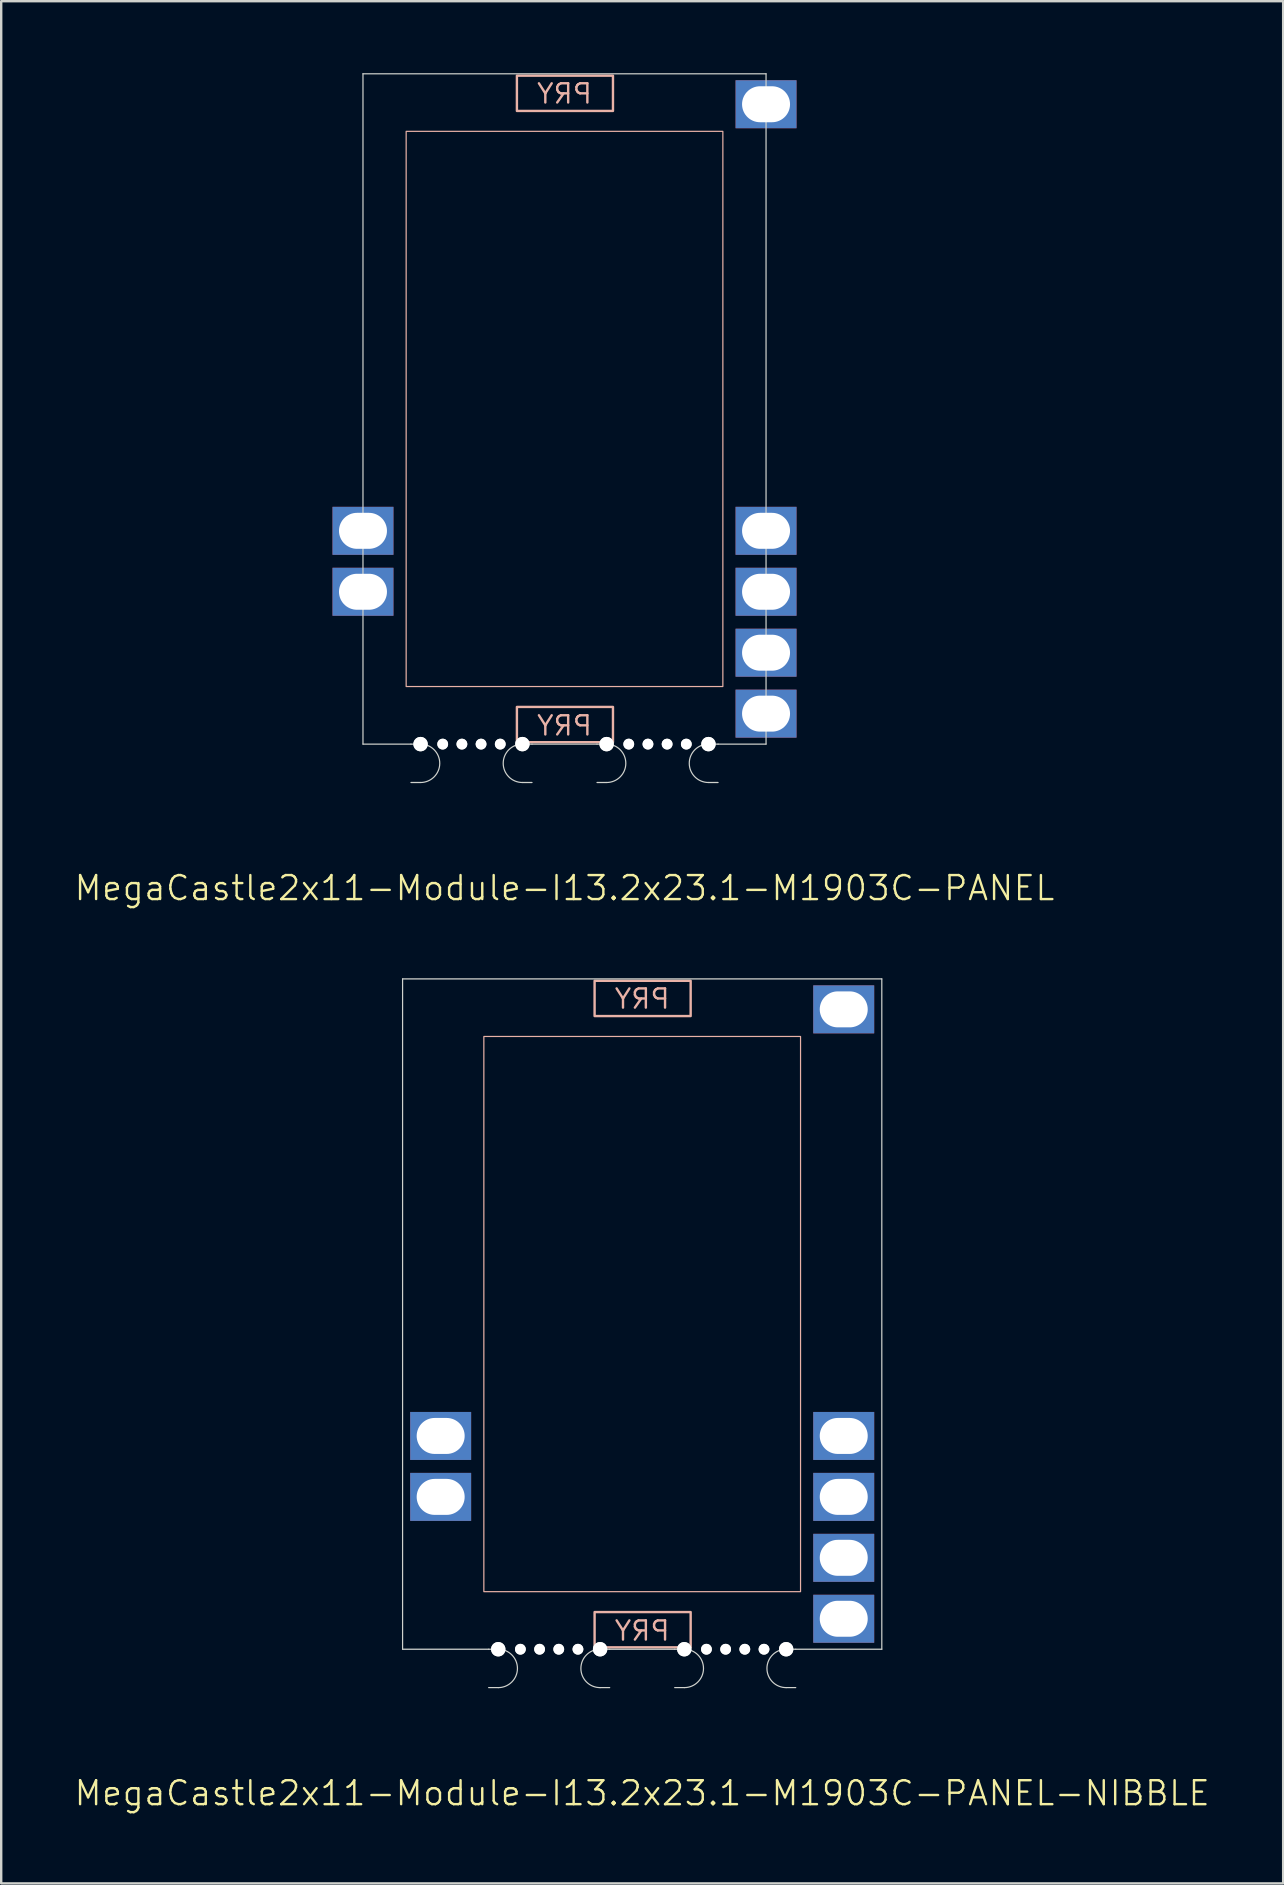
<source format=kicad_pcb>
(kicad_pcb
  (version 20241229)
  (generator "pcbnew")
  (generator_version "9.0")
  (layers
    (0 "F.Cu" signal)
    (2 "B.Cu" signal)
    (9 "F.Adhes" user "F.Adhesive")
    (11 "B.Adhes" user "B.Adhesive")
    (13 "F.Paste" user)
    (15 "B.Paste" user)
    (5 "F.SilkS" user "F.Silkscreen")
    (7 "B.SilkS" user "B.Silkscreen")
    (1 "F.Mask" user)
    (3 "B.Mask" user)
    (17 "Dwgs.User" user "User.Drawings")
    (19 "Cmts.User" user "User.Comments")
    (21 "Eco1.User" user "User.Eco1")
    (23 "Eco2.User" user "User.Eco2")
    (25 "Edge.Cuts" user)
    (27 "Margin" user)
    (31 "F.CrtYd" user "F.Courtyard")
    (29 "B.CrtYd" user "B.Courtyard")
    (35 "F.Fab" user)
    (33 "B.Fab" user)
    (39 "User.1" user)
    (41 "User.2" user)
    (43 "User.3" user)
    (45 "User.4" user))
  (footprint "MegaCastle2x11-Module-I13.2x23.1-M1903C-PANEL"
    (layer "F.Cu")
    (at 20.479 13.995)
    (property "Reference" "MegaCastle2x11-Module-I13.2x23.1-M1903C-PANEL" (at 0 19.97 0) (unlocked yes) (layer "F.SilkS") (effects (font (size 1 1) (thickness 0.1))))
    (attr smd)
    (fp_rect (start -6.6 11.57) (end 6.6 -11.57) (stroke (width 0.05) (type default)) (fill no) (layer "B.SilkS"))
    (fp_rect (start -1.984 -12.421) (end 2.02 -13.89) (stroke (width 0.1) (type default)) (fill no) (layer "B.SilkS"))
    (fp_rect (start -1.984 12.421) (end 2.02 13.89) (stroke (width 0.1) (type default)) (fill no) (layer "B.SilkS"))
    (fp_line (start -8.4 -13.97) (end -8.4 13.97) (stroke (width 0.05) (type default)) (layer "Edge.Cuts"))
    (fp_line (start -8.4 -13.97) (end 8.4 -13.97) (stroke (width 0.05) (type default)) (layer "Edge.Cuts"))
    (fp_line (start -8.4 13.97) (end -6.4 13.97) (stroke (width 0.05) (type default)) (layer "Edge.Cuts"))
    (fp_line (start -6.4 13.97) (end -6 13.97) (stroke (width 0.05) (type default)) (layer "Edge.Cuts"))
    (fp_line (start -6.4 15.57) (end -6 15.57) (stroke (width 0.05) (type default)) (layer "Edge.Cuts"))
    (fp_line (start -1.355 13.97) (end -1.755 13.97) (stroke (width 0.05) (type default)) (layer "Edge.Cuts"))
    (fp_line (start -1.355 13.97) (end 1.355 13.97) (stroke (width 0.05) (type default)) (layer "Edge.Cuts"))
    (fp_line (start -1.355 15.57) (end -1.755 15.57) (stroke (width 0.05) (type default)) (layer "Edge.Cuts"))
    (fp_line (start 1.355 13.97) (end 1.755 13.97) (stroke (width 0.05) (type default)) (layer "Edge.Cuts"))
    (fp_line (start 1.355 15.57) (end 1.755 15.57) (stroke (width 0.05) (type default)) (layer "Edge.Cuts"))
    (fp_line (start 6.4 13.97) (end 6 13.97) (stroke (width 0.05) (type default)) (layer "Edge.Cuts"))
    (fp_line (start 6.4 13.97) (end 8.4 13.97) (stroke (width 0.05) (type default)) (layer "Edge.Cuts"))
    (fp_line (start 6.4 15.57) (end 6 15.57) (stroke (width 0.05) (type default)) (layer "Edge.Cuts"))
    (fp_line (start 8.4 -13.97) (end 8.4 13.97) (stroke (width 0.05) (type default)) (layer "Edge.Cuts"))
    (fp_arc (start -6 13.97) (mid -5.2 14.77) (end -6 15.57) (stroke (width 0.05) (type default)) (layer "Edge.Cuts"))
    (fp_arc (start -1.755 15.57) (mid -2.555 14.77) (end -1.755 13.97) (stroke (width 0.05) (type default)) (layer "Edge.Cuts"))
    (fp_arc (start 1.755 13.97) (mid 2.555 14.77) (end 1.755 15.57) (stroke (width 0.05) (type default)) (layer "Edge.Cuts"))
    (fp_arc (start 6 15.57) (mid 5.2 14.77) (end 6 13.97) (stroke (width 0.05) (type default)) (layer "Edge.Cuts"))
    (fp_text user "PRY" (at 0 -12.67 0) (unlocked yes) (layer "B.SilkS") (effects (font (size 0.8 0.8) (thickness 0.1)) (justify bottom mirror)))
    (fp_text user "PRY" (at 0 13.67 0) (unlocked yes) (layer "B.SilkS") (effects (font (size 0.8 0.8) (thickness 0.1)) (justify bottom mirror)))
    (pad "" np_thru_hole circle (at -6 13.97) (size 0.6 0.6) (drill 0.6) (layers "*.Cu" "Edge.Cuts"))
    (pad "" np_thru_hole circle (at -5.077 13.97) (size 0.45 0.45) (drill 0.45) (layers "*.Cu" "Edge.Cuts"))
    (pad "" np_thru_hole circle (at -4.277 13.97) (size 0.45 0.45) (drill 0.45) (layers "*.Cu" "Edge.Cuts"))
    (pad "" np_thru_hole circle (at -3.478 13.97) (size 0.45 0.45) (drill 0.45) (layers "*.Cu" "Edge.Cuts"))
    (pad "" np_thru_hole circle (at -2.678 13.97) (size 0.45 0.45) (drill 0.45) (layers "*.Cu" "Edge.Cuts"))
    (pad "" np_thru_hole circle (at -1.755 13.97) (size 0.6 0.6) (drill 0.6) (layers "*.Cu" "Edge.Cuts"))
    (pad "" np_thru_hole circle (at 1.755 13.97) (size 0.6 0.6) (drill 0.6) (layers "*.Cu" "Edge.Cuts"))
    (pad "" np_thru_hole circle (at 2.678 13.97) (size 0.45 0.45) (drill 0.45) (layers "*.Cu" "Edge.Cuts"))
    (pad "" np_thru_hole circle (at 3.478 13.97) (size 0.45 0.45) (drill 0.45) (layers "*.Cu" "Edge.Cuts"))
    (pad "" np_thru_hole circle (at 4.277 13.97) (size 0.45 0.45) (drill 0.45) (layers "*.Cu" "Edge.Cuts"))
    (pad "" np_thru_hole circle (at 5.077 13.97) (size 0.45 0.45) (drill 0.45) (layers "*.Cu" "Edge.Cuts"))
    (pad "" np_thru_hole circle (at 6 13.97) (size 0.6 0.6) (drill 0.6) (layers "*.Cu" "Edge.Cuts"))
    (pad "8" thru_hole rect (at -8.4 5.08) (size 2.54 2) (drill oval 2 1.5) (property pad_prop_castellated) (layers "*.Cu" "*.Mask"))
    (pad "9" thru_hole rect (at -8.4 7.62) (size 2.54 2) (drill oval 2 1.5) (property pad_prop_castellated) (layers "*.Cu" "*.Mask"))
    (pad "12" thru_hole rect (at 8.4 -12.7) (size 2.54 2) (drill oval 2 1.5) (property pad_prop_castellated) (layers "*.Cu" "*.Mask"))
    (pad "19" thru_hole rect (at 8.4 5.08) (size 2.54 2) (drill oval 2 1.5) (property pad_prop_castellated) (layers "*.Cu" "*.Mask"))
    (pad "20" thru_hole rect (at 8.4 7.62) (size 2.54 2) (drill oval 2 1.5) (property pad_prop_castellated) (layers "*.Cu" "*.Mask"))
    (pad "21" thru_hole rect (at 8.4 10.16) (size 2.54 2) (drill oval 2 1.5) (property pad_prop_castellated) (layers "*.Cu" "*.Mask"))
    (pad "22" thru_hole rect (at 8.4 12.7) (size 2.54 2) (drill oval 2 1.5) (property pad_prop_castellated) (layers "*.Cu" "*.Mask"))
    (zone (net_name "") (layer "B.Cu") (hatch edge 0.5) (connect_pads) (min_thickness 0.25) (filled_areas_thickness no) (keepout (tracks allowed) (vias allowed) (pads allowed) (copperpour allowed) (footprints not_allowed)) (placement (enabled no)) (fill) (polygon (pts (xy 12.079 27.965) (xy 12.079 0.025) (xy 13.879 0.025) (xy 13.879 27.965))))
    (zone (net_name "") (layer "B.Cu") (hatch edge 0.5) (connect_pads) (min_thickness 0.25) (filled_areas_thickness no) (keepout (tracks allowed) (vias allowed) (pads allowed) (copperpour allowed) (footprints not_allowed)) (placement (enabled no)) (fill) (polygon (pts (xy 13.879 0.025) (xy 13.879 2.425) (xy 27.079 2.425) (xy 27.079 0.025))))
    (zone (net_name "") (layer "B.Cu") (hatch edge 0.5) (connect_pads) (min_thickness 0.25) (filled_areas_thickness no) (keepout (tracks allowed) (vias allowed) (pads allowed) (copperpour allowed) (footprints not_allowed)) (placement (enabled no)) (fill) (polygon (pts (xy 13.879 27.965) (xy 13.879 25.565) (xy 27.079 25.565) (xy 27.079 27.965))))
    (zone (net_name "") (layer "B.Cu") (name "Upper Pry Zone") (hatch edge 0.5) (connect_pads) (min_thickness 0.25) (filled_areas_thickness no) (keepout (tracks not_allowed) (vias not_allowed) (pads not_allowed) (copperpour allowed) (footprints not_allowed)) (placement (enabled no)) (fill) (polygon (pts (xy 18.494 1.574) (xy 18.494 0.105) (xy 22.498 0.105) (xy 22.498 1.574))))
    (zone (net_name "") (layer "B.Cu") (name "Upper Pry Zone") (hatch edge 0.5) (connect_pads) (min_thickness 0.25) (filled_areas_thickness no) (keepout (tracks not_allowed) (vias not_allowed) (pads not_allowed) (copperpour allowed) (footprints not_allowed)) (placement (enabled no)) (fill) (polygon (pts (xy 18.494 26.416) (xy 18.494 27.885) (xy 22.498 27.885) (xy 22.498 26.416))))
    (zone (net_name "") (layer "B.Cu") (hatch edge 0.5) (connect_pads) (min_thickness 0.25) (filled_areas_thickness no) (keepout (tracks allowed) (vias allowed) (pads allowed) (copperpour allowed) (footprints not_allowed)) (placement (enabled no)) (fill) (polygon (pts (xy 28.879 27.965) (xy 28.879 0.025) (xy 27.079 0.025) (xy 27.079 27.965)))))
  (footprint "MegaCastle2x11-Module-I13.2x23.1-M1903C-PANEL-NIBBLE"
    (layer "F.Cu")
    (at 23.717 51.721)
    (property "Reference" "MegaCastle2x11-Module-I13.2x23.1-M1903C-PANEL-NIBBLE" (at 0 19.97 0) (unlocked yes) (layer "F.SilkS") (effects (font (size 1 1) (thickness 0.1))))
    (attr smd)
    (fp_rect (start -6.6 11.57) (end 6.6 -11.57) (stroke (width 0.05) (type default)) (fill no) (layer "B.SilkS"))
    (fp_rect (start -1.984 -12.421) (end 2.02 -13.89) (stroke (width 0.1) (type default)) (fill no) (layer "B.SilkS"))
    (fp_rect (start -1.984 12.421) (end 2.02 13.89) (stroke (width 0.1) (type default)) (fill no) (layer "B.SilkS"))
    (fp_line (start -9.987 -13.97) (end -9.987 13.97) (stroke (width 0.05) (type default)) (layer "Edge.Cuts"))
    (fp_line (start -9.987 -13.97) (end 9.987 -13.97) (stroke (width 0.05) (type default)) (layer "Edge.Cuts"))
    (fp_line (start -9.987 13.97) (end -6.4 13.97) (stroke (width 0.05) (type default)) (layer "Edge.Cuts"))
    (fp_line (start -6.4 13.97) (end -6 13.97) (stroke (width 0.05) (type default)) (layer "Edge.Cuts"))
    (fp_line (start -6.4 15.57) (end -6 15.57) (stroke (width 0.05) (type default)) (layer "Edge.Cuts"))
    (fp_line (start -1.355 13.97) (end -1.755 13.97) (stroke (width 0.05) (type default)) (layer "Edge.Cuts"))
    (fp_line (start -1.355 13.97) (end 1.355 13.97) (stroke (width 0.05) (type default)) (layer "Edge.Cuts"))
    (fp_line (start -1.355 15.57) (end -1.755 15.57) (stroke (width 0.05) (type default)) (layer "Edge.Cuts"))
    (fp_line (start 1.355 13.97) (end 1.755 13.97) (stroke (width 0.05) (type default)) (layer "Edge.Cuts"))
    (fp_line (start 1.355 15.57) (end 1.755 15.57) (stroke (width 0.05) (type default)) (layer "Edge.Cuts"))
    (fp_line (start 6.4 13.97) (end 6 13.97) (stroke (width 0.05) (type default)) (layer "Edge.Cuts"))
    (fp_line (start 6.4 13.97) (end 9.987 13.97) (stroke (width 0.05) (type default)) (layer "Edge.Cuts"))
    (fp_line (start 6.4 15.57) (end 6 15.57) (stroke (width 0.05) (type default)) (layer "Edge.Cuts"))
    (fp_line (start 9.987 -13.97) (end 9.987 13.97) (stroke (width 0.05) (type default)) (layer "Edge.Cuts"))
    (fp_arc (start -6 13.97) (mid -5.2 14.77) (end -6 15.57) (stroke (width 0.05) (type default)) (layer "Edge.Cuts"))
    (fp_arc (start -1.755 15.57) (mid -2.555 14.77) (end -1.755 13.97) (stroke (width 0.05) (type default)) (layer "Edge.Cuts"))
    (fp_arc (start 1.755 13.97) (mid 2.555 14.77) (end 1.755 15.57) (stroke (width 0.05) (type default)) (layer "Edge.Cuts"))
    (fp_arc (start 6 15.57) (mid 5.2 14.77) (end 6 13.97) (stroke (width 0.05) (type default)) (layer "Edge.Cuts"))
    (fp_text user "PRY" (at 0 13.67 0) (unlocked yes) (layer "B.SilkS") (effects (font (size 0.8 0.8) (thickness 0.1)) (justify bottom mirror)))
    (fp_text user "PRY" (at 0 -12.67 0) (unlocked yes) (layer "B.SilkS") (effects (font (size 0.8 0.8) (thickness 0.1)) (justify bottom mirror)))
    (pad "" np_thru_hole circle (at -6 13.97) (size 0.6 0.6) (drill 0.6) (layers "*.Cu" "Edge.Cuts"))
    (pad "" np_thru_hole circle (at -5.077 13.97) (size 0.45 0.45) (drill 0.45) (layers "*.Cu" "Edge.Cuts"))
    (pad "" np_thru_hole circle (at -4.277 13.97) (size 0.45 0.45) (drill 0.45) (layers "*.Cu" "Edge.Cuts"))
    (pad "" np_thru_hole circle (at -3.478 13.97) (size 0.45 0.45) (drill 0.45) (layers "*.Cu" "Edge.Cuts"))
    (pad "" np_thru_hole circle (at -2.678 13.97) (size 0.45 0.45) (drill 0.45) (layers "*.Cu" "Edge.Cuts"))
    (pad "" np_thru_hole circle (at -1.755 13.97) (size 0.6 0.6) (drill 0.6) (layers "*.Cu" "Edge.Cuts"))
    (pad "" np_thru_hole circle (at 1.755 13.97) (size 0.6 0.6) (drill 0.6) (layers "*.Cu" "Edge.Cuts"))
    (pad "" np_thru_hole circle (at 2.678 13.97) (size 0.45 0.45) (drill 0.45) (layers "*.Cu" "Edge.Cuts"))
    (pad "" np_thru_hole circle (at 3.478 13.97) (size 0.45 0.45) (drill 0.45) (layers "*.Cu" "Edge.Cuts"))
    (pad "" np_thru_hole circle (at 4.277 13.97) (size 0.45 0.45) (drill 0.45) (layers "*.Cu" "Edge.Cuts"))
    (pad "" np_thru_hole circle (at 5.077 13.97) (size 0.45 0.45) (drill 0.45) (layers "*.Cu" "Edge.Cuts"))
    (pad "" np_thru_hole circle (at 6 13.97) (size 0.6 0.6) (drill 0.6) (layers "*.Cu" "Edge.Cuts"))
    (pad "8" thru_hole rect (at -8.4 5.08) (size 2.54 2) (drill oval 2 1.5) (property pad_prop_castellated) (layers "*.Cu" "*.Mask"))
    (pad "9" thru_hole rect (at -8.4 7.62) (size 2.54 2) (drill oval 2 1.5) (property pad_prop_castellated) (layers "*.Cu" "*.Mask"))
    (pad "12" thru_hole rect (at 8.4 -12.7) (size 2.54 2) (drill oval 2 1.5) (property pad_prop_castellated) (layers "*.Cu" "*.Mask"))
    (pad "19" thru_hole rect (at 8.4 5.08) (size 2.54 2) (drill oval 2 1.5) (property pad_prop_castellated) (layers "*.Cu" "*.Mask"))
    (pad "20" thru_hole rect (at 8.4 7.62) (size 2.54 2) (drill oval 2 1.5) (property pad_prop_castellated) (layers "*.Cu" "*.Mask"))
    (pad "21" thru_hole rect (at 8.4 10.16) (size 2.54 2) (drill oval 2 1.5) (property pad_prop_castellated) (layers "*.Cu" "*.Mask"))
    (pad "22" thru_hole rect (at 8.4 12.7) (size 2.54 2) (drill oval 2 1.5) (property pad_prop_castellated) (layers "*.Cu" "*.Mask"))
    (zone (net_name "") (layer "B.Cu") (hatch edge 0.5) (connect_pads) (min_thickness 0.25) (filled_areas_thickness no) (keepout (tracks allowed) (vias allowed) (pads allowed) (copperpour allowed) (footprints not_allowed)) (placement (enabled no)) (fill) (polygon (pts (xy 15.317 65.691) (xy 15.317 37.751) (xy 17.117 37.751) (xy 17.117 65.691))))
    (zone (net_name "") (layer "B.Cu") (hatch edge 0.5) (connect_pads) (min_thickness 0.25) (filled_areas_thickness no) (keepout (tracks allowed) (vias allowed) (pads allowed) (copperpour allowed) (footprints not_allowed)) (placement (enabled no)) (fill) (polygon (pts (xy 17.117 37.751) (xy 17.117 40.151) (xy 30.317 40.151) (xy 30.317 37.751))))
    (zone (net_name "") (layer "B.Cu") (hatch edge 0.5) (connect_pads) (min_thickness 0.25) (filled_areas_thickness no) (keepout (tracks allowed) (vias allowed) (pads allowed) (copperpour allowed) (footprints not_allowed)) (placement (enabled no)) (fill) (polygon (pts (xy 17.117 65.691) (xy 17.117 63.291) (xy 30.317 63.291) (xy 30.317 65.691))))
    (zone (net_name "") (layer "B.Cu") (name "Upper Pry Zone") (hatch edge 0.5) (connect_pads) (min_thickness 0.25) (filled_areas_thickness no) (keepout (tracks not_allowed) (vias not_allowed) (pads not_allowed) (copperpour allowed) (footprints not_allowed)) (placement (enabled no)) (fill) (polygon (pts (xy 21.732 39.299) (xy 21.732 37.831) (xy 25.736 37.831) (xy 25.736 39.299))))
    (zone (net_name "") (layer "B.Cu") (name "Upper Pry Zone") (hatch edge 0.5) (connect_pads) (min_thickness 0.25) (filled_areas_thickness no) (keepout (tracks not_allowed) (vias not_allowed) (pads not_allowed) (copperpour allowed) (footprints not_allowed)) (placement (enabled no)) (fill) (polygon (pts (xy 21.732 64.142) (xy 21.732 65.611) (xy 25.736 65.611) (xy 25.736 64.142))))
    (zone (net_name "") (layer "B.Cu") (hatch edge 0.5) (connect_pads) (min_thickness 0.25) (filled_areas_thickness no) (keepout (tracks allowed) (vias allowed) (pads allowed) (copperpour allowed) (footprints not_allowed)) (placement (enabled no)) (fill) (polygon (pts (xy 32.117 65.691) (xy 32.117 37.751) (xy 30.317 37.751) (xy 30.317 65.691)))))
  (gr_rect
    (start -3 -3)
    (end 50.433 75.451)
    (stroke (width 0.1) (type default))
    (fill no)
    (layer "Edge.Cuts")))
</source>
